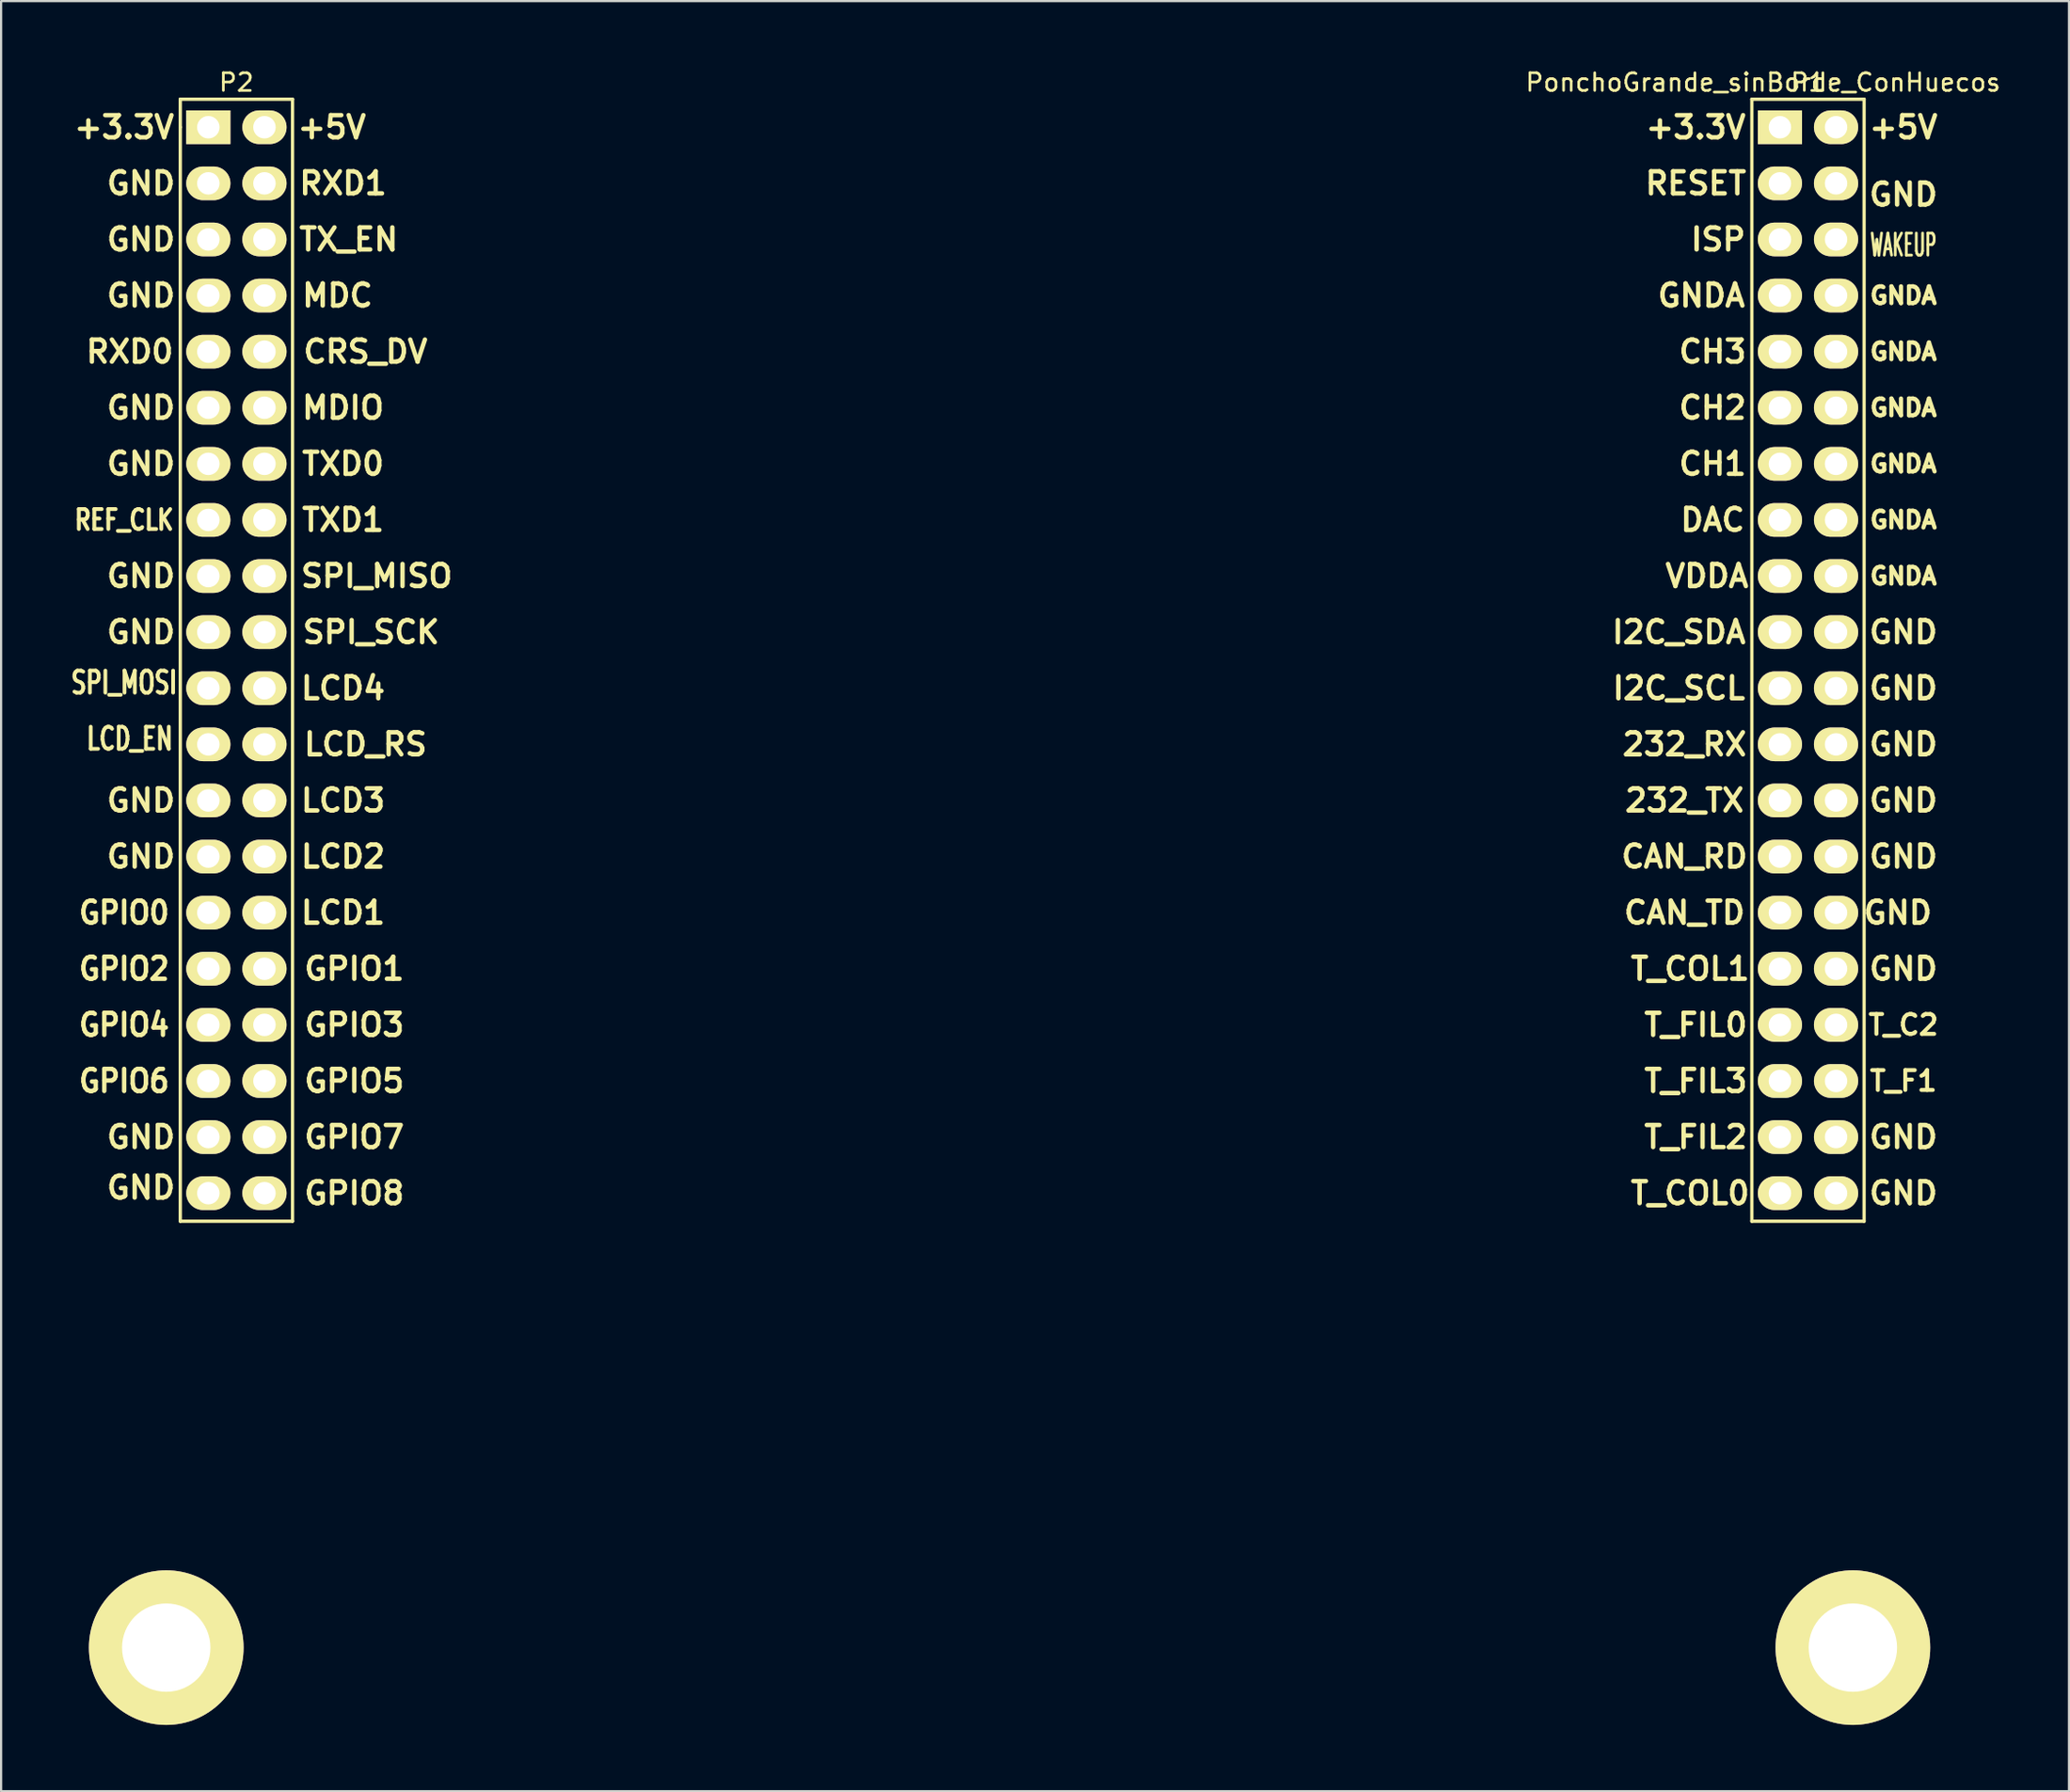
<source format=kicad_pcb>
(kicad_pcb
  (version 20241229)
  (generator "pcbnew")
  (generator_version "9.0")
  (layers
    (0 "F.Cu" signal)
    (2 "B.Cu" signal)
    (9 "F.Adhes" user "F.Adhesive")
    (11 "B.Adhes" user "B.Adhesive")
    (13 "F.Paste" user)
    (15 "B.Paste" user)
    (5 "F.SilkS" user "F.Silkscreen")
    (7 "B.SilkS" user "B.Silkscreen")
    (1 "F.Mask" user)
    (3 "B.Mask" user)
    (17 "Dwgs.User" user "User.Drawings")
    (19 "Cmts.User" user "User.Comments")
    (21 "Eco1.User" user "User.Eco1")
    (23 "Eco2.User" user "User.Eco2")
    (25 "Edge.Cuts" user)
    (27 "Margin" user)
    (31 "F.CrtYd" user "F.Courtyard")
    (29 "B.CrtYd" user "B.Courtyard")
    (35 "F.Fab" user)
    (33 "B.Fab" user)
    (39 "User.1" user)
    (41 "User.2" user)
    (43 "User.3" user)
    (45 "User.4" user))
  (footprint "PonchoGrande_sinBorde_ConHuecos"
    (layer "F.Cu")
    (at 77.498 2.711)
    (property "Reference" "PonchoGrande_sinBorde_ConHuecos" (at -0.762 -2.032 180) (layer "F.SilkS") (effects (font (size 0.8 0.8) (thickness 0.12))))
    (attr through_hole)
    (fp_line (start -72.39 -1.27) (end -67.31 -1.27) (stroke (width 0.15) (type solid)) (layer "F.SilkS"))
    (fp_line (start -72.39 0) (end -72.39 -1.27) (stroke (width 0.15) (type solid)) (layer "F.SilkS"))
    (fp_line (start -72.39 49.53) (end -72.39 0) (stroke (width 0.15) (type solid)) (layer "F.SilkS"))
    (fp_line (start -67.31 -1.27) (end -67.31 49.53) (stroke (width 0.15) (type solid)) (layer "F.SilkS"))
    (fp_line (start -67.31 49.53) (end -72.39 49.53) (stroke (width 0.15) (type solid)) (layer "F.SilkS"))
    (fp_line (start -1.27 49.53) (end -1.27 -1.27) (stroke (width 0.15) (type solid)) (layer "F.SilkS"))
    (fp_line (start 3.81 -1.27) (end -1.27 -1.27) (stroke (width 0.15) (type solid)) (layer "F.SilkS"))
    (fp_line (start 3.81 49.53) (end -1.27 49.53) (stroke (width 0.15) (type solid)) (layer "F.SilkS"))
    (fp_line (start 3.81 49.53) (end 3.81 -1.27) (stroke (width 0.15) (type solid)) (layer "F.SilkS"))
    (fp_text user "GPIO3" (at -64.516 40.64 0) (layer "F.SilkS") (effects (font (size 1 1) (thickness 0.2))))
    (fp_text user "T_COL1" (at -4.064 38.1 0) (layer "F.SilkS") (effects (font (size 1 1) (thickness 0.2))))
    (fp_text user "TXD0" (at -65.024 15.24 0) (layer "F.SilkS") (effects (font (size 1 1) (thickness 0.2))))
    (fp_text user "P1" (at 1.27 -2.032 0) (layer "F.SilkS") (effects (font (size 0.8 0.8) (thickness 0.12))))
    (fp_text user "P2" (at -69.85 -2.032 0) (layer "F.SilkS") (effects (font (size 0.8 0.8) (thickness 0.12))))
    (fp_text user "GND" (at 5.588 25.4 0) (layer "F.SilkS") (effects (font (size 1 1) (thickness 0.2))))
    (fp_text user "GND" (at -74.168 20.32 0) (layer "F.SilkS") (effects (font (size 1 1) (thickness 0.2))))
    (fp_text user "GPIO2" (at -74.93 38.1 0) (layer "F.SilkS") (effects (font (size 1 0.9) (thickness 0.2))))
    (fp_text user "TXD1" (at -65.024 17.78 0) (layer "F.SilkS") (effects (font (size 1 1) (thickness 0.2))))
    (fp_text user "+5V" (at -65.532 0 0) (layer "F.SilkS") (effects (font (size 1 1) (thickness 0.2))))
    (fp_text user "LCD_EN" (at -74.676 27.686 0) (layer "F.SilkS") (effects (font (size 1 0.7) (thickness 0.17))))
    (fp_text user "GND" (at 5.588 22.86 0) (layer "F.SilkS") (effects (font (size 1 1) (thickness 0.2))))
    (fp_text user "GND" (at 5.588 48.26 0) (layer "F.SilkS") (effects (font (size 1 1) (thickness 0.2))))
    (fp_text user "T_FIL3" (at -3.81 43.18 0) (layer "F.SilkS") (effects (font (size 1 1) (thickness 0.2))))
    (fp_text user "I2C_SCL" (at -4.572 25.4 0) (layer "F.SilkS") (effects (font (size 1 1) (thickness 0.2))))
    (fp_text user "GND" (at -74.168 33.02 0) (layer "F.SilkS") (effects (font (size 1 1) (thickness 0.2))))
    (fp_text user "T_COL0" (at -4.064 48.26 0) (layer "F.SilkS") (effects (font (size 1 1) (thickness 0.2))))
    (fp_text user "GPIO1" (at -64.516 38.1 0) (layer "F.SilkS") (effects (font (size 1 1) (thickness 0.2))))
    (fp_text user "CRS_DV" (at -64.008 10.16 0) (layer "F.SilkS") (effects (font (size 1 1) (thickness 0.2))))
    (fp_text user "WAKEUP" (at 5.588 5.334 0) (layer "F.SilkS") (effects (font (size 1 0.5) (thickness 0.125))))
    (fp_text user "LCD2" (at -65.024 33.02 0) (layer "F.SilkS") (effects (font (size 1 1) (thickness 0.2))))
    (fp_text user "+3.3V" (at -74.93 0 0) (layer "F.SilkS") (effects (font (size 1 1) (thickness 0.2))))
    (fp_text user "MDIO" (at -65.024 12.7 0) (layer "F.SilkS") (effects (font (size 1 1) (thickness 0.2))))
    (fp_text user "GND" (at 5.588 3.048 0) (layer "F.SilkS") (effects (font (size 1 1) (thickness 0.2))))
    (fp_text user "LCD4" (at -65.024 25.4 0) (layer "F.SilkS") (effects (font (size 1 1) (thickness 0.2))))
    (fp_text user "DAC" (at -3.048 17.78 0) (layer "F.SilkS") (effects (font (size 1 1) (thickness 0.2))))
    (fp_text user "232_TX" (at -4.318 30.48 0) (layer "F.SilkS") (effects (font (size 1 1) (thickness 0.2))))
    (fp_text user "CH1" (at -3.048 15.24 0) (layer "F.SilkS") (effects (font (size 1 1) (thickness 0.2))))
    (fp_text user "GNDA" (at 5.588 20.32 0) (layer "F.SilkS") (effects (font (size 0.76 0.76) (thickness 0.19))))
    (fp_text user "GND" (at 5.588 45.72 0) (layer "F.SilkS") (effects (font (size 1 1) (thickness 0.2))))
    (fp_text user "T_FIL2" (at -3.81 45.72 0) (layer "F.SilkS") (effects (font (size 1 1) (thickness 0.2))))
    (fp_text user "MDC" (at -65.278 7.62 0) (layer "F.SilkS") (effects (font (size 1 1) (thickness 0.2))))
    (fp_text user "232_RX" (at -4.318 27.94 0) (layer "F.SilkS") (effects (font (size 1 1) (thickness 0.2))))
    (fp_text user "RESET" (at -3.81 2.54 0) (layer "F.SilkS") (effects (font (size 1 1) (thickness 0.2))))
    (fp_text user "GND" (at 5.588 30.48 0) (layer "F.SilkS") (effects (font (size 1 1) (thickness 0.2))))
    (fp_text user "GPIO0" (at -74.93 35.56 0) (layer "F.SilkS") (effects (font (size 1 0.9) (thickness 0.2))))
    (fp_text user "GND" (at 5.588 33.02 0) (layer "F.SilkS") (effects (font (size 1 1) (thickness 0.2))))
    (fp_text user "T_C2" (at 5.588 40.64 0) (layer "F.SilkS") (effects (font (size 0.9 0.9) (thickness 0.18))))
    (fp_text user "VDDA" (at -3.302 20.32 0) (layer "F.SilkS") (effects (font (size 1 1) (thickness 0.2))))
    (fp_text user "CH3" (at -3.048 10.16 0) (layer "F.SilkS") (effects (font (size 1 1) (thickness 0.2))))
    (fp_text user "REF_CLK" (at -74.93 17.78 0) (layer "F.SilkS") (effects (font (size 0.9 0.7) (thickness 0.175))))
    (fp_text user "GPIO6" (at -74.93 43.18 0) (layer "F.SilkS") (effects (font (size 1 0.9) (thickness 0.2))))
    (fp_text user "GND" (at -74.168 22.86 0) (layer "F.SilkS") (effects (font (size 1 1) (thickness 0.2))))
    (fp_text user "GPIO8" (at -64.516 48.26 0) (layer "F.SilkS") (effects (font (size 1 1) (thickness 0.2))))
    (fp_text user "RXD1" (at -65.024 2.54 0) (layer "F.SilkS") (effects (font (size 1 1) (thickness 0.2))))
    (fp_text user "TX_EN" (at -64.77 5.08 0) (layer "F.SilkS") (effects (font (size 1 1) (thickness 0.2))))
    (fp_text user "GND" (at 5.334 35.56 0) (layer "F.SilkS") (effects (font (size 1 1) (thickness 0.2))))
    (fp_text user "SPI_SCK" (at -63.754 22.86 0) (layer "F.SilkS") (effects (font (size 1 1) (thickness 0.2))))
    (fp_text user "GND" (at 5.588 27.94 0) (layer "F.SilkS") (effects (font (size 1 1) (thickness 0.2))))
    (fp_text user "GND" (at -74.168 7.62 0) (layer "F.SilkS") (effects (font (size 1 1) (thickness 0.2))))
    (fp_text user "+3.3V" (at -3.81 0 0) (layer "F.SilkS") (effects (font (size 1 1) (thickness 0.2))))
    (fp_text user "LCD3" (at -65.024 30.48 0) (layer "F.SilkS") (effects (font (size 1 1) (thickness 0.2))))
    (fp_text user "GNDA" (at 5.588 15.24 0) (layer "F.SilkS") (effects (font (size 0.76 0.76) (thickness 0.19))))
    (fp_text user "RXD0" (at -74.676 10.16 0) (layer "F.SilkS") (effects (font (size 1 1) (thickness 0.2))))
    (fp_text user "LCD1" (at -65.024 35.56 0) (layer "F.SilkS") (effects (font (size 1 1) (thickness 0.2))))
    (fp_text user "GND" (at -74.168 48.006 0) (layer "F.SilkS") (effects (font (size 1 1) (thickness 0.2))))
    (fp_text user "LCD_RS" (at -64.008 27.94 0) (layer "F.SilkS") (effects (font (size 1 1) (thickness 0.2))))
    (fp_text user "GPIO5" (at -64.516 43.18 0) (layer "F.SilkS") (effects (font (size 1 1) (thickness 0.2))))
    (fp_text user "GNDA" (at -3.556 7.62 0) (layer "F.SilkS") (effects (font (size 1 1) (thickness 0.2))))
    (fp_text user "GNDA" (at 5.588 17.78 0) (layer "F.SilkS") (effects (font (size 0.76 0.76) (thickness 0.19))))
    (fp_text user "GND" (at -74.168 12.7 0) (layer "F.SilkS") (effects (font (size 1 1) (thickness 0.2))))
    (fp_text user "GND" (at -74.168 45.72 0) (layer "F.SilkS") (effects (font (size 1 1) (thickness 0.2))))
    (fp_text user "GPIO4" (at -74.93 40.64 0) (layer "F.SilkS") (effects (font (size 1 0.9) (thickness 0.2))))
    (fp_text user "GND" (at -74.168 5.08 0) (layer "F.SilkS") (effects (font (size 1 1) (thickness 0.2))))
    (fp_text user "CAN_TD" (at -4.318 35.56 0) (layer "F.SilkS") (effects (font (size 1 1) (thickness 0.2))))
    (fp_text user "GND" (at -74.168 2.54 0) (layer "F.SilkS") (effects (font (size 1 1) (thickness 0.2))))
    (fp_text user "GND" (at -74.168 15.24 0) (layer "F.SilkS") (effects (font (size 1 1) (thickness 0.2))))
    (fp_text user "CH2" (at -3.048 12.7 0) (layer "F.SilkS") (effects (font (size 1 1) (thickness 0.2))))
    (fp_text user "T_F1" (at 5.588 43.18 0) (layer "F.SilkS") (effects (font (size 0.9 0.9) (thickness 0.18))))
    (fp_text user "I2C_SDA" (at -4.572 22.86 0) (layer "F.SilkS") (effects (font (size 1 1) (thickness 0.2))))
    (fp_text user "GND" (at -74.168 30.48 0) (layer "F.SilkS") (effects (font (size 1 1) (thickness 0.2))))
    (fp_text user "GPIO7" (at -64.516 45.72 0) (layer "F.SilkS") (effects (font (size 1 1) (thickness 0.2))))
    (fp_text user "GNDA" (at 5.588 12.7 0) (layer "F.SilkS") (effects (font (size 0.76 0.76) (thickness 0.19))))
    (fp_text user "CAN_RD" (at -4.318 33.02 0) (layer "F.SilkS") (effects (font (size 1 1) (thickness 0.2))))
    (fp_text user "GNDA" (at 5.588 7.62 0) (layer "F.SilkS") (effects (font (size 0.76 0.76) (thickness 0.19))))
    (fp_text user "SPI_MOSI" (at -74.93 25.146 0) (layer "F.SilkS") (effects (font (size 1 0.7) (thickness 0.17))))
    (fp_text user "ISP" (at -2.794 5.08 0) (layer "F.SilkS") (effects (font (size 1 1) (thickness 0.2))))
    (fp_text user "T_FIL0" (at -3.81 40.64 0) (layer "F.SilkS") (effects (font (size 1 1) (thickness 0.2))))
    (fp_text user "GND" (at 5.588 38.1 0) (layer "F.SilkS") (effects (font (size 1 1) (thickness 0.2))))
    (fp_text user "GNDA" (at 5.588 10.16 0) (layer "F.SilkS") (effects (font (size 0.76 0.76) (thickness 0.19))))
    (fp_text user "+5V" (at 5.588 0 0) (layer "F.SilkS") (effects (font (size 1 1) (thickness 0.2))))
    (fp_text user "SPI_MISO" (at -63.5 20.32 0) (layer "F.SilkS") (effects (font (size 1 1) (thickness 0.2))))
    (pad "1" thru_hole rect (at 0 0 270) (size 1.524 2) (drill 1.016) (layers "*.Cu" "*.Mask" "F.SilkS"))
    (pad "2" thru_hole oval (at 2.54 0 270) (size 1.524 2) (drill 1.016) (layers "*.Cu" "*.Mask" "F.SilkS"))
    (pad "3" thru_hole oval (at 0 2.54 270) (size 1.524 2) (drill 1.016) (layers "*.Cu" "*.Mask" "F.SilkS"))
    (pad "4" thru_hole oval (at 2.54 2.54 270) (size 1.524 2) (drill 1.016) (layers "*.Cu" "*.Mask" "F.SilkS"))
    (pad "5" thru_hole oval (at 0 5.08 270) (size 1.524 2) (drill 1.016) (layers "*.Cu" "*.Mask" "F.SilkS"))
    (pad "6" thru_hole oval (at 2.54 5.08 270) (size 1.524 2) (drill 1.016) (layers "*.Cu" "*.Mask" "F.SilkS"))
    (pad "7" thru_hole oval (at 0 7.62 270) (size 1.524 2) (drill 1.016) (layers "*.Cu" "*.Mask" "F.SilkS"))
    (pad "8" thru_hole oval (at 2.54 7.62 270) (size 1.524 2) (drill 1.016) (layers "*.Cu" "*.Mask" "F.SilkS"))
    (pad "9" thru_hole oval (at 0 10.16 270) (size 1.524 2) (drill 1.016) (layers "*.Cu" "*.Mask" "F.SilkS"))
    (pad "10" thru_hole oval (at 2.54 10.16 270) (size 1.524 2) (drill 1.016) (layers "*.Cu" "*.Mask" "F.SilkS"))
    (pad "11" thru_hole oval (at 0 12.7 270) (size 1.524 2) (drill 1.016) (layers "*.Cu" "*.Mask" "F.SilkS"))
    (pad "12" thru_hole oval (at 2.54 12.7 270) (size 1.524 2) (drill 1.016) (layers "*.Cu" "*.Mask" "F.SilkS"))
    (pad "13" thru_hole oval (at 0 15.24 270) (size 1.524 2) (drill 1.016) (layers "*.Cu" "*.Mask" "F.SilkS"))
    (pad "14" thru_hole oval (at 2.54 15.24 270) (size 1.524 2) (drill 1.016) (layers "*.Cu" "*.Mask" "F.SilkS"))
    (pad "15" thru_hole oval (at 0 17.78 270) (size 1.524 2) (drill 1.016) (layers "*.Cu" "*.Mask" "F.SilkS"))
    (pad "16" thru_hole oval (at 2.54 17.78 270) (size 1.524 2) (drill 1.016) (layers "*.Cu" "*.Mask" "F.SilkS"))
    (pad "17" thru_hole oval (at 0 20.32 270) (size 1.524 2) (drill 1.016) (layers "*.Cu" "*.Mask" "F.SilkS"))
    (pad "18" thru_hole oval (at 2.54 20.32 270) (size 1.524 2) (drill 1.016) (layers "*.Cu" "*.Mask" "F.SilkS"))
    (pad "19" thru_hole oval (at 0 22.86 270) (size 1.524 2) (drill 1.016) (layers "*.Cu" "*.Mask" "F.SilkS"))
    (pad "20" thru_hole oval (at 2.54 22.86 270) (size 1.524 2) (drill 1.016) (layers "*.Cu" "*.Mask" "F.SilkS"))
    (pad "21" thru_hole oval (at 0 25.4 270) (size 1.524 2) (drill 1.016) (layers "*.Cu" "*.Mask" "F.SilkS"))
    (pad "22" thru_hole oval (at 2.54 25.4 270) (size 1.524 2) (drill 1.016) (layers "*.Cu" "*.Mask" "F.SilkS"))
    (pad "23" thru_hole oval (at 0 27.94 270) (size 1.524 2) (drill 1.016) (layers "*.Cu" "*.Mask" "F.SilkS"))
    (pad "24" thru_hole oval (at 2.54 27.94 270) (size 1.524 2) (drill 1.016) (layers "*.Cu" "*.Mask" "F.SilkS"))
    (pad "25" thru_hole oval (at 0 30.48 270) (size 1.524 2) (drill 1.016) (layers "*.Cu" "*.Mask" "F.SilkS"))
    (pad "26" thru_hole oval (at 2.54 30.48 270) (size 1.524 2) (drill 1.016) (layers "*.Cu" "*.Mask" "F.SilkS"))
    (pad "27" thru_hole oval (at 0 33.02 270) (size 1.524 2) (drill 1.016) (layers "*.Cu" "*.Mask" "F.SilkS"))
    (pad "28" thru_hole oval (at 2.54 33.02 270) (size 1.524 2) (drill 1.016) (layers "*.Cu" "*.Mask" "F.SilkS"))
    (pad "29" thru_hole oval (at 0 35.56 270) (size 1.524 2) (drill 1.016) (layers "*.Cu" "*.Mask" "F.SilkS"))
    (pad "30" thru_hole oval (at 2.54 35.56 270) (size 1.524 2) (drill 1.016) (layers "*.Cu" "*.Mask" "F.SilkS"))
    (pad "31" thru_hole oval (at 0 38.1 270) (size 1.524 2) (drill 1.016) (layers "*.Cu" "*.Mask" "F.SilkS"))
    (pad "32" thru_hole oval (at 2.54 38.1 270) (size 1.524 2) (drill 1.016) (layers "*.Cu" "*.Mask" "F.SilkS"))
    (pad "33" thru_hole oval (at 0 40.64 270) (size 1.524 2) (drill 1.016) (layers "*.Cu" "*.Mask" "F.SilkS"))
    (pad "34" thru_hole oval (at 2.54 40.64 270) (size 1.524 2) (drill 1.016) (layers "*.Cu" "*.Mask" "F.SilkS"))
    (pad "35" thru_hole oval (at 0 43.18 270) (size 1.524 2) (drill 1.016) (layers "*.Cu" "*.Mask" "F.SilkS"))
    (pad "36" thru_hole oval (at 2.54 43.18 270) (size 1.524 2) (drill 1.016) (layers "*.Cu" "*.Mask" "F.SilkS"))
    (pad "37" thru_hole oval (at 0 45.72 270) (size 1.524 2) (drill 1.016) (layers "*.Cu" "*.Mask" "F.SilkS"))
    (pad "38" thru_hole oval (at 2.54 45.72 270) (size 1.524 2) (drill 1.016) (layers "*.Cu" "*.Mask" "F.SilkS"))
    (pad "39" thru_hole oval (at 0 48.26 270) (size 1.524 2) (drill 1.016) (layers "*.Cu" "*.Mask" "F.SilkS"))
    (pad "40" thru_hole oval (at 2.54 48.26 270) (size 1.524 2) (drill 1.016) (layers "*.Cu" "*.Mask" "F.SilkS"))
    (pad "41" thru_hole rect (at -71.12 0 270) (size 1.524 2) (drill 1.016) (layers "*.Cu" "*.Mask" "F.SilkS"))
    (pad "42" thru_hole oval (at -68.58 0 270) (size 1.524 2) (drill 1.016) (layers "*.Cu" "*.Mask" "F.SilkS"))
    (pad "43" thru_hole oval (at -71.12 2.54 270) (size 1.524 2) (drill 1.016) (layers "*.Cu" "*.Mask" "F.SilkS"))
    (pad "44" thru_hole oval (at -68.58 2.54 270) (size 1.524 2) (drill 1.016) (layers "*.Cu" "*.Mask" "F.SilkS"))
    (pad "45" thru_hole oval (at -71.12 5.08 270) (size 1.524 2) (drill 1.016) (layers "*.Cu" "*.Mask" "F.SilkS"))
    (pad "46" thru_hole oval (at -68.58 5.08 270) (size 1.524 2) (drill 1.016) (layers "*.Cu" "*.Mask" "F.SilkS"))
    (pad "47" thru_hole oval (at -71.12 7.62 270) (size 1.524 2) (drill 1.016) (layers "*.Cu" "*.Mask" "F.SilkS"))
    (pad "48" thru_hole oval (at -68.58 7.62 270) (size 1.524 2) (drill 1.016) (layers "*.Cu" "*.Mask" "F.SilkS"))
    (pad "49" thru_hole oval (at -71.12 10.16 270) (size 1.524 2) (drill 1.016) (layers "*.Cu" "*.Mask" "F.SilkS"))
    (pad "50" thru_hole oval (at -68.58 10.16 270) (size 1.524 2) (drill 1.016) (layers "*.Cu" "*.Mask" "F.SilkS"))
    (pad "51" thru_hole oval (at -71.12 12.7 270) (size 1.524 2) (drill 1.016) (layers "*.Cu" "*.Mask" "F.SilkS"))
    (pad "52" thru_hole oval (at -68.58 12.7 270) (size 1.524 2) (drill 1.016) (layers "*.Cu" "*.Mask" "F.SilkS"))
    (pad "53" thru_hole oval (at -71.12 15.24 270) (size 1.524 2) (drill 1.016) (layers "*.Cu" "*.Mask" "F.SilkS"))
    (pad "54" thru_hole oval (at -68.58 15.24 270) (size 1.524 2) (drill 1.016) (layers "*.Cu" "*.Mask" "F.SilkS"))
    (pad "55" thru_hole oval (at -71.12 17.78 270) (size 1.524 2) (drill 1.016) (layers "*.Cu" "*.Mask" "F.SilkS"))
    (pad "56" thru_hole oval (at -68.58 17.78 270) (size 1.524 2) (drill 1.016) (layers "*.Cu" "*.Mask" "F.SilkS"))
    (pad "57" thru_hole oval (at -71.12 20.32 270) (size 1.524 2) (drill 1.016) (layers "*.Cu" "*.Mask" "F.SilkS"))
    (pad "58" thru_hole oval (at -68.58 20.32 270) (size 1.524 2) (drill 1.016) (layers "*.Cu" "*.Mask" "F.SilkS"))
    (pad "59" thru_hole oval (at -71.12 22.86 270) (size 1.524 2) (drill 1.016) (layers "*.Cu" "*.Mask" "F.SilkS"))
    (pad "60" thru_hole oval (at -68.58 22.86 270) (size 1.524 2) (drill 1.016) (layers "*.Cu" "*.Mask" "F.SilkS"))
    (pad "61" thru_hole oval (at -71.12 25.4 270) (size 1.524 2) (drill 1.016) (layers "*.Cu" "*.Mask" "F.SilkS"))
    (pad "62" thru_hole oval (at -68.58 25.4 270) (size 1.524 2) (drill 1.016) (layers "*.Cu" "*.Mask" "F.SilkS"))
    (pad "63" thru_hole oval (at -71.12 27.94 270) (size 1.524 2) (drill 1.016) (layers "*.Cu" "*.Mask" "F.SilkS"))
    (pad "64" thru_hole oval (at -68.58 27.94 270) (size 1.524 2) (drill 1.016) (layers "*.Cu" "*.Mask" "F.SilkS"))
    (pad "65" thru_hole oval (at -71.12 30.48 270) (size 1.524 2) (drill 1.016) (layers "*.Cu" "*.Mask" "F.SilkS"))
    (pad "66" thru_hole oval (at -68.58 30.48 270) (size 1.524 2) (drill 1.016) (layers "*.Cu" "*.Mask" "F.SilkS"))
    (pad "67" thru_hole oval (at -71.12 33.02 270) (size 1.524 2) (drill 1.016) (layers "*.Cu" "*.Mask" "F.SilkS"))
    (pad "68" thru_hole oval (at -68.58 33.02 270) (size 1.524 2) (drill 1.016) (layers "*.Cu" "*.Mask" "F.SilkS"))
    (pad "69" thru_hole oval (at -71.12 35.56 270) (size 1.524 2) (drill 1.016) (layers "*.Cu" "*.Mask" "F.SilkS"))
    (pad "70" thru_hole oval (at -68.58 35.56 270) (size 1.524 2) (drill 1.016) (layers "*.Cu" "*.Mask" "F.SilkS"))
    (pad "71" thru_hole oval (at -71.12 38.1 270) (size 1.524 2) (drill 1.016) (layers "*.Cu" "*.Mask" "F.SilkS"))
    (pad "72" thru_hole oval (at -68.58 38.1 270) (size 1.524 2) (drill 1.016) (layers "*.Cu" "*.Mask" "F.SilkS"))
    (pad "73" thru_hole oval (at -71.12 40.64 270) (size 1.524 2) (drill 1.016) (layers "*.Cu" "*.Mask" "F.SilkS"))
    (pad "74" thru_hole oval (at -68.58 40.64 270) (size 1.524 2) (drill 1.016) (layers "*.Cu" "*.Mask" "F.SilkS"))
    (pad "75" thru_hole oval (at -71.12 43.18 270) (size 1.524 2) (drill 1.016) (layers "*.Cu" "*.Mask" "F.SilkS"))
    (pad "76" thru_hole oval (at -68.58 43.18 270) (size 1.524 2) (drill 1.016) (layers "*.Cu" "*.Mask" "F.SilkS"))
    (pad "77" thru_hole oval (at -71.12 45.72 270) (size 1.524 2) (drill 1.016) (layers "*.Cu" "*.Mask" "F.SilkS"))
    (pad "78" thru_hole oval (at -68.58 45.72 270) (size 1.524 2) (drill 1.016) (layers "*.Cu" "*.Mask" "F.SilkS"))
    (pad "79" thru_hole oval (at -71.12 48.26 270) (size 1.524 2) (drill 1.016) (layers "*.Cu" "*.Mask" "F.SilkS"))
    (pad "80" thru_hole oval (at -68.58 48.26 270) (size 1.524 2) (drill 1.016) (layers "*.Cu" "*.Mask" "F.SilkS"))
    (pad "~" thru_hole circle (at -73.025 68.834) (size 7 7) (drill 4) (layers "*.Cu" "*.Mask" "F.SilkS"))
    (pad "~" thru_hole circle (at 3.302 68.834) (size 7 7) (drill 4) (layers "*.Cu" "*.Mask" "F.SilkS")))
  (gr_rect
    (start -3 -3)
    (end 90.579 78.045)
    (stroke (width 0.1) (type default))
    (fill no)
    (layer "Edge.Cuts")))
</source>
